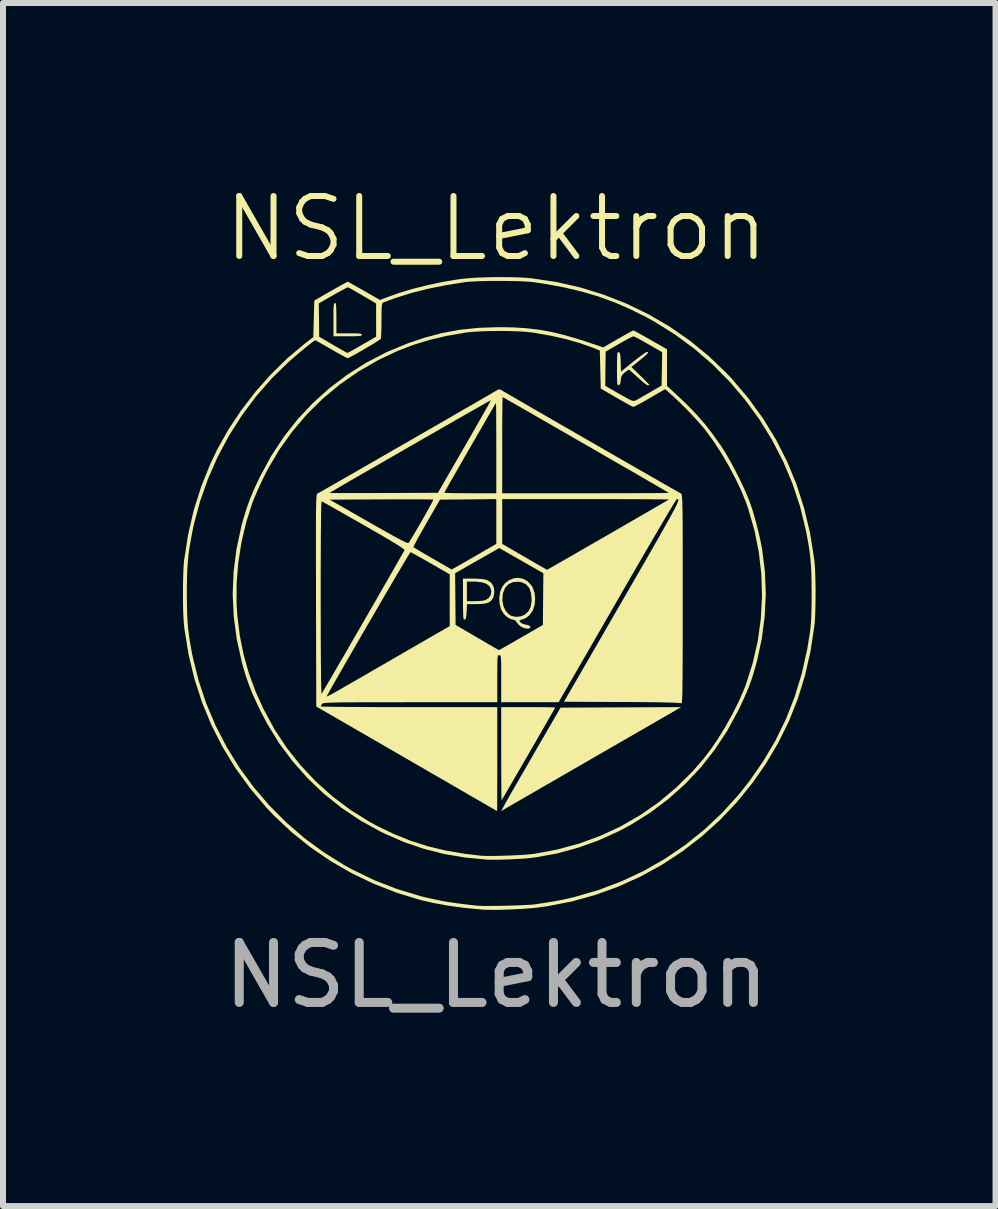
<source format=kicad_pcb>
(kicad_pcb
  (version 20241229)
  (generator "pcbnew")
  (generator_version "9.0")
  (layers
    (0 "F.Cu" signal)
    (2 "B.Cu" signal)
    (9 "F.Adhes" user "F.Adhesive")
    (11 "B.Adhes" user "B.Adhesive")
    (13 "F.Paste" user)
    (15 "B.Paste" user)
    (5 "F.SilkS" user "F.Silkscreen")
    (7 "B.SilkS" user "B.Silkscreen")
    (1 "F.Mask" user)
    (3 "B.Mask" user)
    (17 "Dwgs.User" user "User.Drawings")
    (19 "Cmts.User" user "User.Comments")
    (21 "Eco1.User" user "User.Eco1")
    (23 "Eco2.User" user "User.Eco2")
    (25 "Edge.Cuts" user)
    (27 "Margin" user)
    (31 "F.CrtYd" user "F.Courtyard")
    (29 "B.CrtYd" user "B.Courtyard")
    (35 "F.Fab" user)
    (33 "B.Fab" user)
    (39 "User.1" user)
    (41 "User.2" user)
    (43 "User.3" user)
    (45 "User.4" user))
  (footprint "NSL_Lektron"
    (layer "F.Cu")
    (at 5.224 6.907)
    (property "Reference" "NSL_Lektron" (at 0 -6.147 0) (unlocked yes) (layer "F.SilkS") (effects (font (size 1 1) (thickness 0.1))))
    (attr smd)
    (fp_poly (pts (xy 1.679 2.64) (xy 1.48 2.755) (xy 1.288 2.866) (xy 1.103 2.972) (xy 0.93 3.073) (xy 0.769 3.165) (xy 0.623 3.25) (xy 0.494 3.324) (xy 0.384 3.388) (xy 0.295 3.439) (xy 0.23 3.477) (xy 0.189 3.501) (xy 0.179 3.506) (xy 0.081 3.564) (xy 0.122 3.487) (xy 0.137 3.458) (xy 0.168 3.404) (xy 0.211 3.328) (xy 0.266 3.232) (xy 0.331 3.119) (xy 0.404 2.992) (xy 0.484 2.854) (xy 0.568 2.709) (xy 0.616 2.624) (xy 1.071 1.839) (xy 2.076 1.835) (xy 3.081 1.831)) (stroke (width 0) (type solid)) (fill yes) (layer "F.SilkS"))
    (fp_poly (pts (xy -2.681 -4.903) (xy -2.675 -4.887) (xy -2.67 -4.854) (xy -2.668 -4.801) (xy -2.667 -4.723) (xy -2.666 -4.654) (xy -2.666 -4.4) (xy -2.454 -4.4) (xy -2.365 -4.4) (xy -2.304 -4.398) (xy -2.267 -4.394) (xy -2.247 -4.387) (xy -2.241 -4.377) (xy -2.241 -4.376) (xy -2.246 -4.366) (xy -2.262 -4.359) (xy -2.296 -4.355) (xy -2.35 -4.352) (xy -2.431 -4.351) (xy -2.478 -4.351) (xy -2.715 -4.351) (xy -2.715 -4.629) (xy -2.715 -4.732) (xy -2.714 -4.807) (xy -2.711 -4.857) (xy -2.706 -4.888) (xy -2.7 -4.903) (xy -2.691 -4.907)) (stroke (width 0) (type solid)) (fill yes) (layer "F.SilkS"))
    (fp_poly (pts (xy 0.649 1.831) (xy 0.755 1.832) (xy 0.845 1.833) (xy 0.916 1.834) (xy 0.962 1.836) (xy 0.981 1.838) (xy 0.981 1.838) (xy 0.973 1.853) (xy 0.951 1.893) (xy 0.915 1.955) (xy 0.869 2.035) (xy 0.814 2.132) (xy 0.751 2.241) (xy 0.683 2.36) (xy 0.611 2.484) (xy 0.537 2.612) (xy 0.463 2.74) (xy 0.391 2.865) (xy 0.322 2.983) (xy 0.259 3.092) (xy 0.203 3.188) (xy 0.156 3.269) (xy 0.12 3.33) (xy 0.097 3.369) (xy 0.088 3.384) (xy 0.087 3.369) (xy 0.086 3.325) (xy 0.084 3.255) (xy 0.083 3.161) (xy 0.083 3.047) (xy 0.082 2.916) (xy 0.082 2.771) (xy 0.081 2.616) (xy 0.081 2.611) (xy 0.081 1.831) (xy 0.531 1.831)) (stroke (width 0) (type solid)) (fill yes) (layer "F.SilkS"))
    (fp_poly (pts (xy -0.279 -0.308) (xy -0.201 -0.299) (xy -0.142 -0.281) (xy -0.098 -0.252) (xy -0.069 -0.221) (xy -0.042 -0.164) (xy -0.033 -0.092) (xy -0.044 -0.02) (xy -0.058 0.016) (xy -0.087 0.058) (xy -0.128 0.087) (xy -0.187 0.104) (xy -0.268 0.113) (xy -0.334 0.114) (xy -0.49 0.114) (xy -0.494 0.239) (xy -0.501 0.316) (xy -0.512 0.361) (xy -0.53 0.374) (xy -0.545 0.365) (xy -0.549 0.346) (xy -0.552 0.299) (xy -0.554 0.23) (xy -0.556 0.143) (xy -0.556 0.044) (xy -0.556 0.021) (xy -0.556 -0.262) (xy -0.491 -0.262) (xy -0.491 -0.099) (xy -0.491 0.065) (xy -0.363 0.065) (xy -0.294 0.063) (xy -0.231 0.057) (xy -0.187 0.048) (xy -0.184 0.047) (xy -0.128 0.013) (xy -0.093 -0.039) (xy -0.083 -0.1) (xy -0.1 -0.161) (xy -0.119 -0.189) (xy -0.168 -0.226) (xy -0.242 -0.25) (xy -0.342 -0.261) (xy -0.389 -0.262) (xy -0.491 -0.262) (xy -0.556 -0.262) (xy -0.556 -0.311) (xy -0.384 -0.311)) (stroke (width 0) (type solid)) (fill yes) (layer "F.SilkS"))
    (fp_poly (pts (xy 2.528 -4.087) (xy 2.53 -4.076) (xy 2.513 -4.055) (xy 2.476 -4.021) (xy 2.415 -3.971) (xy 2.389 -3.949) (xy 2.251 -3.839) (xy 2.401 -3.693) (xy 2.458 -3.638) (xy 2.504 -3.591) (xy 2.537 -3.558) (xy 2.551 -3.541) (xy 2.551 -3.541) (xy 2.538 -3.534) (xy 2.525 -3.533) (xy 2.503 -3.544) (xy 2.464 -3.573) (xy 2.413 -3.616) (xy 2.359 -3.664) (xy 2.303 -3.715) (xy 2.256 -3.757) (xy 2.223 -3.785) (xy 2.209 -3.795) (xy 2.191 -3.785) (xy 2.158 -3.761) (xy 2.139 -3.745) (xy 2.1 -3.708) (xy 2.081 -3.671) (xy 2.074 -3.619) (xy 2.067 -3.568) (xy 2.053 -3.542) (xy 2.04 -3.536) (xy 2.03 -3.537) (xy 2.022 -3.545) (xy 2.017 -3.566) (xy 2.014 -3.604) (xy 2.012 -3.663) (xy 2.011 -3.748) (xy 2.011 -3.811) (xy 2.012 -3.913) (xy 2.013 -3.987) (xy 2.015 -4.037) (xy 2.019 -4.067) (xy 2.025 -4.082) (xy 2.033 -4.087) (xy 2.04 -4.086) (xy 2.053 -4.08) (xy 2.062 -4.061) (xy 2.068 -4.026) (xy 2.072 -3.966) (xy 2.073 -3.921) (xy 2.078 -3.762) (xy 2.281 -3.926) (xy 2.352 -3.982) (xy 2.415 -4.029) (xy 2.467 -4.065) (xy 2.501 -4.086) (xy 2.511 -4.089)) (stroke (width 0) (type solid)) (fill yes) (layer "F.SilkS"))
    (fp_poly (pts (xy 0.448 -0.308) (xy 0.52 -0.267) (xy 0.583 -0.2) (xy 0.608 -0.158) (xy 0.637 -0.074) (xy 0.647 0.024) (xy 0.639 0.122) (xy 0.612 0.21) (xy 0.601 0.23) (xy 0.55 0.301) (xy 0.49 0.347) (xy 0.426 0.371) (xy 0.392 0.382) (xy 0.385 0.395) (xy 0.397 0.415) (xy 0.431 0.439) (xy 0.486 0.455) (xy 0.492 0.456) (xy 0.543 0.468) (xy 0.567 0.488) (xy 0.569 0.494) (xy 0.56 0.515) (xy 0.53 0.523) (xy 0.486 0.519) (xy 0.437 0.503) (xy 0.412 0.49) (xy 0.371 0.457) (xy 0.342 0.421) (xy 0.34 0.417) (xy 0.316 0.386) (xy 0.291 0.376) (xy 0.237 0.363) (xy 0.178 0.328) (xy 0.125 0.278) (xy 0.079 0.202) (xy 0.055 0.107) (xy 0.052 0.058) (xy 0.101 0.058) (xy 0.119 0.149) (xy 0.156 0.227) (xy 0.209 0.285) (xy 0.252 0.311) (xy 0.325 0.326) (xy 0.403 0.319) (xy 0.471 0.292) (xy 0.476 0.289) (xy 0.536 0.233) (xy 0.573 0.159) (xy 0.588 0.063) (xy 0.588 0.036) (xy 0.578 -0.073) (xy 0.548 -0.157) (xy 0.496 -0.215) (xy 0.424 -0.25) (xy 0.37 -0.259) (xy 0.278 -0.253) (xy 0.204 -0.22) (xy 0.148 -0.161) (xy 0.113 -0.076) (xy 0.105 -0.037) (xy 0.101 0.058) (xy 0.052 0.058) (xy 0.049 0.016) (xy 0.062 -0.086) (xy 0.097 -0.171) (xy 0.15 -0.239) (xy 0.217 -0.288) (xy 0.291 -0.317) (xy 0.37 -0.324)) (stroke (width 0) (type solid)) (fill yes) (layer "F.SilkS"))
    (fp_poly (pts (xy 0.286 -4.499) (xy 0.505 -4.485) (xy 0.714 -4.46) (xy 0.921 -4.423) (xy 1.134 -4.372) (xy 1.361 -4.305) (xy 1.508 -4.258) (xy 1.782 -4.166) (xy 2.028 -4.308) (xy 2.109 -4.354) (xy 2.18 -4.394) (xy 2.236 -4.425) (xy 2.273 -4.444) (xy 2.285 -4.449) (xy 2.302 -4.441) (xy 2.342 -4.42) (xy 2.402 -4.387) (xy 2.477 -4.345) (xy 2.562 -4.297) (xy 2.57 -4.292) (xy 2.845 -4.134) (xy 2.845 -3.829) (xy 2.845 -3.523) (xy 3.013 -3.369) (xy 3.188 -3.202) (xy 3.341 -3.043) (xy 3.48 -2.883) (xy 3.612 -2.713) (xy 3.745 -2.524) (xy 3.756 -2.508) (xy 3.826 -2.397) (xy 3.903 -2.263) (xy 3.982 -2.116) (xy 4.059 -1.964) (xy 4.13 -1.814) (xy 4.19 -1.676) (xy 4.226 -1.585) (xy 4.273 -1.447) (xy 4.319 -1.288) (xy 4.363 -1.118) (xy 4.402 -0.951) (xy 4.431 -0.798) (xy 4.477 -0.431) (xy 4.492 -0.059) (xy 4.474 0.316) (xy 4.425 0.691) (xy 4.345 1.064) (xy 4.341 1.077) (xy 4.298 1.231) (xy 4.254 1.372) (xy 4.204 1.508) (xy 4.145 1.648) (xy 4.074 1.802) (xy 4.032 1.888) (xy 3.85 2.224) (xy 3.641 2.54) (xy 3.408 2.836) (xy 3.151 3.109) (xy 2.871 3.36) (xy 2.57 3.587) (xy 2.248 3.789) (xy 2.031 3.905) (xy 1.7 4.054) (xy 1.359 4.176) (xy 1.014 4.27) (xy 0.668 4.333) (xy 0.539 4.349) (xy 0.45 4.357) (xy 0.342 4.363) (xy 0.225 4.369) (xy 0.107 4.373) (xy -0.003 4.375) (xy -0.098 4.375) (xy -0.164 4.373) (xy -0.532 4.337) (xy -0.881 4.277) (xy -1.216 4.191) (xy -1.543 4.079) (xy -1.865 3.938) (xy -1.934 3.905) (xy -2.268 3.72) (xy -2.582 3.509) (xy -2.876 3.274) (xy -3.147 3.015) (xy -3.396 2.734) (xy -3.62 2.433) (xy -3.818 2.111) (xy -3.933 1.892) (xy -4.011 1.728) (xy -4.076 1.583) (xy -4.129 1.447) (xy -4.176 1.312) (xy -4.219 1.169) (xy -4.244 1.077) (xy -4.327 0.7) (xy -4.377 0.324) (xy -4.387 0.114) (xy -4.33 0.114) (xy -4.318 0.302) (xy -4.276 0.641) (xy -4.212 0.961) (xy -4.124 1.271) (xy -4.011 1.577) (xy -3.877 1.872) (xy -3.698 2.201) (xy -3.492 2.513) (xy -3.26 2.804) (xy -3.005 3.075) (xy -2.727 3.323) (xy -2.429 3.547) (xy -2.11 3.745) (xy -1.976 3.818) (xy -1.701 3.95) (xy -1.426 4.06) (xy -1.143 4.15) (xy -0.847 4.221) (xy -0.533 4.275) (xy -0.254 4.308) (xy -0.191 4.311) (xy -0.103 4.312) (xy 0.003 4.311) (xy 0.121 4.308) (xy 0.244 4.304) (xy 0.363 4.298) (xy 0.473 4.292) (xy 0.565 4.284) (xy 0.629 4.277) (xy 1.013 4.206) (xy 1.383 4.105) (xy 1.738 3.975) (xy 2.077 3.817) (xy 2.401 3.63) (xy 2.708 3.416) (xy 2.998 3.173) (xy 3.271 2.902) (xy 3.443 2.706) (xy 3.568 2.544) (xy 3.696 2.358) (xy 3.82 2.155) (xy 3.937 1.945) (xy 4.042 1.735) (xy 4.13 1.533) (xy 4.162 1.449) (xy 4.275 1.093) (xy 4.358 0.729) (xy 4.409 0.36) (xy 4.429 -0.012) (xy 4.418 -0.385) (xy 4.375 -0.755) (xy 4.302 -1.121) (xy 4.198 -1.479) (xy 4.162 -1.581) (xy 4.083 -1.777) (xy 3.984 -1.984) (xy 3.872 -2.196) (xy 3.751 -2.402) (xy 3.624 -2.597) (xy 3.498 -2.771) (xy 3.443 -2.838) (xy 3.348 -2.948) (xy 3.236 -3.068) (xy 3.115 -3.191) (xy 2.996 -3.306) (xy 2.932 -3.365) (xy 2.815 -3.47) (xy 2.559 -3.322) (xy 2.476 -3.274) (xy 2.402 -3.233) (xy 2.342 -3.201) (xy 2.301 -3.181) (xy 2.284 -3.174) (xy 2.264 -3.182) (xy 2.221 -3.204) (xy 2.16 -3.238) (xy 2.085 -3.28) (xy 2.003 -3.327) (xy 1.741 -3.479) (xy 1.74 -3.525) (xy 1.816 -3.525) (xy 2.048 -3.392) (xy 2.135 -3.343) (xy 2.199 -3.308) (xy 2.244 -3.286) (xy 2.275 -3.275) (xy 2.297 -3.273) (xy 2.315 -3.277) (xy 2.322 -3.281) (xy 2.351 -3.296) (xy 2.402 -3.325) (xy 2.467 -3.363) (xy 2.542 -3.406) (xy 2.559 -3.416) (xy 2.755 -3.53) (xy 2.76 -3.808) (xy 2.764 -4.086) (xy 2.535 -4.218) (xy 2.456 -4.263) (xy 2.387 -4.302) (xy 2.331 -4.331) (xy 2.295 -4.347) (xy 2.285 -4.351) (xy 2.265 -4.343) (xy 2.221 -4.321) (xy 2.16 -4.289) (xy 2.087 -4.248) (xy 2.044 -4.223) (xy 1.823 -4.096) (xy 1.819 -3.811) (xy 1.816 -3.525) (xy 1.74 -3.525) (xy 1.733 -3.797) (xy 1.725 -4.114) (xy 1.594 -4.166) (xy 1.391 -4.238) (xy 1.162 -4.303) (xy 0.912 -4.36) (xy 0.647 -4.407) (xy 0.62 -4.411) (xy 0.51 -4.424) (xy 0.376 -4.433) (xy 0.225 -4.438) (xy 0.065 -4.44) (xy -0.095 -4.439) (xy -0.249 -4.434) (xy -0.387 -4.426) (xy -0.502 -4.414) (xy -0.521 -4.411) (xy -0.831 -4.357) (xy -1.118 -4.289) (xy -1.389 -4.206) (xy -1.652 -4.104) (xy -1.915 -3.981) (xy -1.976 -3.95) (xy -2.302 -3.762) (xy -2.609 -3.548) (xy -2.895 -3.31) (xy -3.16 -3.048) (xy -3.401 -2.765) (xy -3.618 -2.461) (xy -3.808 -2.139) (xy -3.877 -2.004) (xy -3.925 -1.905) (xy -3.972 -1.801) (xy -4.015 -1.703) (xy -4.05 -1.619) (xy -4.065 -1.581) (xy -4.169 -1.254) (xy -4.249 -0.915) (xy -4.303 -0.57) (xy -4.33 -0.225) (xy -4.33 0.114) (xy -4.387 0.114) (xy -4.395 -0.05) (xy -4.38 -0.425) (xy -4.332 -0.801) (xy -4.252 -1.178) (xy -4.244 -1.209) (xy -4.201 -1.361) (xy -4.157 -1.5) (xy -4.108 -1.634) (xy -4.051 -1.773) (xy -3.981 -1.925) (xy -3.933 -2.024) (xy -3.751 -2.359) (xy -3.544 -2.673) (xy -3.313 -2.967) (xy -3.058 -3.238) (xy -2.781 -3.487) (xy -2.483 -3.712) (xy -2.166 -3.912) (xy -1.829 -4.087) (xy -1.475 -4.234) (xy -1.202 -4.326) (xy -0.905 -4.405) (xy -0.604 -4.46) (xy -0.293 -4.492) (xy 0.036 -4.503) (xy 0.049 -4.503)) (stroke (width 0) (type solid)) (fill yes) (layer "F.SilkS"))
    (fp_poly (pts (xy 0.189 -5.337) (xy 0.345 -5.334) (xy 0.483 -5.327) (xy 0.588 -5.318) (xy 1.001 -5.256) (xy 1.404 -5.164) (xy 1.797 -5.042) (xy 2.177 -4.892) (xy 2.543 -4.714) (xy 2.894 -4.509) (xy 3.227 -4.278) (xy 3.541 -4.021) (xy 3.834 -3.74) (xy 3.929 -3.64) (xy 4.203 -3.316) (xy 4.447 -2.979) (xy 4.662 -2.628) (xy 4.848 -2.262) (xy 5.004 -1.883) (xy 5.13 -1.488) (xy 5.228 -1.08) (xy 5.296 -0.656) (xy 5.301 -0.614) (xy 5.31 -0.518) (xy 5.316 -0.397) (xy 5.32 -0.258) (xy 5.322 -0.11) (xy 5.321 0.041) (xy 5.319 0.186) (xy 5.314 0.318) (xy 5.307 0.43) (xy 5.301 0.482) (xy 5.237 0.903) (xy 5.145 1.307) (xy 5.025 1.695) (xy 4.876 2.069) (xy 4.697 2.431) (xy 4.489 2.781) (xy 4.267 3.099) (xy 4.007 3.419) (xy 3.724 3.717) (xy 3.42 3.99) (xy 3.098 4.238) (xy 2.758 4.461) (xy 2.402 4.656) (xy 2.032 4.823) (xy 1.65 4.962) (xy 1.256 5.071) (xy 0.853 5.15) (xy 0.662 5.176) (xy 0.572 5.184) (xy 0.462 5.192) (xy 0.339 5.199) (xy 0.211 5.205) (xy 0.084 5.209) (xy -0.033 5.211) (xy -0.133 5.21) (xy -0.21 5.208) (xy -0.221 5.207) (xy -0.522 5.179) (xy -0.798 5.142) (xy -1.052 5.095) (xy -1.265 5.046) (xy -1.656 4.927) (xy -2.037 4.779) (xy -2.405 4.603) (xy -2.758 4.4) (xy -3.094 4.171) (xy -3.41 3.918) (xy -3.704 3.642) (xy -3.831 3.508) (xy -4.105 3.184) (xy -4.35 2.846) (xy -4.566 2.492) (xy -4.752 2.125) (xy -4.909 1.744) (xy -5.036 1.349) (xy -5.133 0.941) (xy -5.2 0.521) (xy -5.205 0.482) (xy -5.213 0.386) (xy -5.219 0.265) (xy -5.223 0.126) (xy -5.224 -0.022) (xy -5.224 -0.066) (xy -5.159 -0.066) (xy -5.158 0.113) (xy -5.154 0.267) (xy -5.148 0.403) (xy -5.137 0.529) (xy -5.122 0.654) (xy -5.101 0.783) (xy -5.075 0.925) (xy -5.061 0.994) (xy -4.964 1.386) (xy -4.837 1.768) (xy -4.681 2.137) (xy -4.497 2.493) (xy -4.287 2.834) (xy -4.051 3.158) (xy -3.791 3.463) (xy -3.508 3.748) (xy -3.204 4.011) (xy -2.878 4.251) (xy -2.534 4.466) (xy -2.404 4.537) (xy -2.035 4.716) (xy -1.656 4.863) (xy -1.264 4.982) (xy -1.211 4.995) (xy -1.061 5.03) (xy -0.914 5.06) (xy -0.761 5.086) (xy -0.595 5.109) (xy -0.408 5.131) (xy -0.303 5.142) (xy -0.253 5.144) (xy -0.177 5.146) (xy -0.081 5.145) (xy 0.029 5.144) (xy 0.147 5.142) (xy 0.265 5.139) (xy 0.379 5.135) (xy 0.481 5.13) (xy 0.565 5.126) (xy 0.625 5.121) (xy 0.637 5.119) (xy 0.8 5.095) (xy 0.937 5.073) (xy 1.059 5.051) (xy 1.173 5.027) (xy 1.288 5) (xy 1.308 4.995) (xy 1.706 4.879) (xy 2.09 4.734) (xy 2.46 4.56) (xy 2.813 4.358) (xy 3.149 4.129) (xy 3.466 3.874) (xy 3.764 3.594) (xy 4.04 3.29) (xy 4.218 3.066) (xy 4.451 2.73) (xy 4.655 2.385) (xy 4.829 2.028) (xy 4.974 1.657) (xy 5.092 1.271) (xy 5.182 0.868) (xy 5.228 0.588) (xy 5.238 0.506) (xy 5.245 0.416) (xy 5.251 0.314) (xy 5.254 0.195) (xy 5.256 0.052) (xy 5.256 -0.066) (xy 5.255 -0.245) (xy 5.252 -0.399) (xy 5.245 -0.535) (xy 5.234 -0.661) (xy 5.219 -0.785) (xy 5.198 -0.915) (xy 5.172 -1.057) (xy 5.158 -1.126) (xy 5.062 -1.518) (xy 4.935 -1.899) (xy 4.779 -2.269) (xy 4.595 -2.625) (xy 4.385 -2.966) (xy 4.149 -3.289) (xy 3.889 -3.595) (xy 3.606 -3.88) (xy 3.301 -4.143) (xy 2.976 -4.382) (xy 2.632 -4.597) (xy 2.501 -4.669) (xy 2.235 -4.802) (xy 1.972 -4.916) (xy 1.704 -5.014) (xy 1.426 -5.096) (xy 1.131 -5.166) (xy 0.815 -5.224) (xy 0.613 -5.254) (xy 0.54 -5.261) (xy 0.441 -5.267) (xy 0.322 -5.271) (xy 0.19 -5.273) (xy 0.051 -5.274) (xy -0.088 -5.274) (xy -0.22 -5.271) (xy -0.339 -5.267) (xy -0.439 -5.262) (xy -0.514 -5.255) (xy -0.516 -5.254) (xy -0.84 -5.203) (xy -1.139 -5.143) (xy -1.419 -5.072) (xy -1.686 -4.988) (xy -1.885 -4.915) (xy -1.896 -4.908) (xy -1.903 -4.894) (xy -1.908 -4.867) (xy -1.912 -4.824) (xy -1.913 -4.76) (xy -1.914 -4.67) (xy -1.914 -4.615) (xy -1.915 -4.52) (xy -1.917 -4.437) (xy -1.92 -4.369) (xy -1.923 -4.324) (xy -1.927 -4.308) (xy -1.944 -4.294) (xy -1.985 -4.267) (xy -2.042 -4.231) (xy -2.112 -4.189) (xy -2.189 -4.144) (xy -2.266 -4.099) (xy -2.339 -4.058) (xy -2.402 -4.023) (xy -2.449 -3.998) (xy -2.476 -3.986) (xy -2.478 -3.986) (xy -2.497 -3.994) (xy -2.54 -4.015) (xy -2.601 -4.049) (xy -2.676 -4.09) (xy -2.755 -4.136) (xy -2.838 -4.183) (xy -2.91 -4.225) (xy -2.967 -4.257) (xy -3.005 -4.278) (xy -3.019 -4.286) (xy -3.036 -4.276) (xy -3.073 -4.248) (xy -3.127 -4.206) (xy -3.191 -4.155) (xy -3.261 -4.097) (xy -3.333 -4.036) (xy -3.402 -3.976) (xy -3.458 -3.927) (xy -3.741 -3.652) (xy -4.002 -3.354) (xy -4.24 -3.035) (xy -4.455 -2.697) (xy -4.644 -2.344) (xy -4.805 -1.979) (xy -4.938 -1.603) (xy -5.041 -1.22) (xy -5.061 -1.126) (xy -5.09 -0.975) (xy -5.113 -0.841) (xy -5.131 -0.716) (xy -5.143 -0.592) (xy -5.152 -0.461) (xy -5.157 -0.315) (xy -5.159 -0.148) (xy -5.159 -0.066) (xy -5.224 -0.066) (xy -5.224 -0.173) (xy -5.221 -0.318) (xy -5.217 -0.45) (xy -5.21 -0.562) (xy -5.205 -0.614) (xy -5.14 -1.036) (xy -5.046 -1.446) (xy -4.921 -1.843) (xy -4.766 -2.228) (xy -4.654 -2.462) (xy -4.468 -2.794) (xy -4.253 -3.117) (xy -4.015 -3.427) (xy -3.755 -3.719) (xy -3.479 -3.989) (xy -3.189 -4.232) (xy -3.175 -4.242) (xy -3.051 -4.338) (xy -3.043 -4.643) (xy -3.036 -4.899) (xy -2.96 -4.899) (xy -2.956 -4.621) (xy -2.953 -4.344) (xy -2.724 -4.209) (xy -2.646 -4.164) (xy -2.578 -4.125) (xy -2.525 -4.095) (xy -2.492 -4.078) (xy -2.484 -4.074) (xy -2.467 -4.081) (xy -2.426 -4.103) (xy -2.368 -4.135) (xy -2.295 -4.176) (xy -2.238 -4.209) (xy -2.004 -4.345) (xy -2.004 -4.622) (xy -2.004 -4.898) (xy -2.233 -5.033) (xy -2.311 -5.078) (xy -2.379 -5.117) (xy -2.432 -5.147) (xy -2.466 -5.164) (xy -2.475 -5.168) (xy -2.493 -5.161) (xy -2.534 -5.139) (xy -2.593 -5.107) (xy -2.666 -5.067) (xy -2.724 -5.034) (xy -2.96 -4.899) (xy -3.036 -4.899) (xy -3.034 -4.947) (xy -2.758 -5.106) (xy -2.672 -5.155) (xy -2.596 -5.198) (xy -2.535 -5.231) (xy -2.492 -5.253) (xy -2.472 -5.261) (xy -2.472 -5.261) (xy -2.455 -5.251) (xy -2.415 -5.228) (xy -2.355 -5.194) (xy -2.281 -5.152) (xy -2.2 -5.106) (xy -1.939 -4.956) (xy -1.815 -5.004) (xy -1.612 -5.076) (xy -1.385 -5.144) (xy -1.144 -5.204) (xy -0.898 -5.256) (xy -0.657 -5.297) (xy -0.556 -5.31) (xy -0.439 -5.321) (xy -0.297 -5.33) (xy -0.14 -5.335) (xy 0.025 -5.338)) (stroke (width 0) (type solid)) (fill yes) (layer "F.SilkS"))
    (fp_poly (pts (xy 0.076 -3.458) (xy 0.085 -3.453) (xy 0.111 -3.437) (xy 0.162 -3.408) (xy 0.236 -3.365) (xy 0.331 -3.31) (xy 0.444 -3.244) (xy 0.573 -3.169) (xy 0.717 -3.086) (xy 0.871 -2.997) (xy 1.036 -2.902) (xy 1.207 -2.804) (xy 1.383 -2.702) (xy 1.562 -2.599) (xy 1.741 -2.496) (xy 1.918 -2.394) (xy 2.09 -2.295) (xy 2.256 -2.2) (xy 2.413 -2.11) (xy 2.559 -2.026) (xy 2.692 -1.95) (xy 2.808 -1.883) (xy 2.907 -1.827) (xy 2.986 -1.782) (xy 3.042 -1.75) (xy 3.073 -1.733) (xy 3.079 -1.73) (xy 3.083 -1.727) (xy 3.087 -1.72) (xy 3.091 -1.708) (xy 3.094 -1.688) (xy 3.096 -1.659) (xy 3.099 -1.619) (xy 3.101 -1.567) (xy 3.102 -1.5) (xy 3.104 -1.416) (xy 3.105 -1.314) (xy 3.106 -1.192) (xy 3.106 -1.047) (xy 3.107 -0.88) (xy 3.107 -0.686) (xy 3.107 -0.465) (xy 3.107 -0.215) (xy 3.107 0.034) (xy 3.107 0.316) (xy 3.107 0.568) (xy 3.107 0.79) (xy 3.106 0.984) (xy 3.105 1.153) (xy 3.105 1.297) (xy 3.103 1.418) (xy 3.102 1.518) (xy 3.101 1.599) (xy 3.099 1.661) (xy 3.096 1.708) (xy 3.094 1.74) (xy 3.091 1.76) (xy 3.088 1.768) (xy 3.085 1.768) (xy 3.068 1.764) (xy 3.026 1.76) (xy 2.959 1.757) (xy 2.865 1.754) (xy 2.743 1.751) (xy 2.593 1.749) (xy 2.412 1.747) (xy 2.201 1.746) (xy 2.096 1.746) (xy 1.128 1.741) (xy 2.101 0.057) (xy 2.249 -0.2) (xy 2.382 -0.43) (xy 2.5 -0.634) (xy 2.603 -0.815) (xy 2.694 -0.973) (xy 2.771 -1.11) (xy 2.837 -1.227) (xy 2.892 -1.326) (xy 2.937 -1.408) (xy 2.973 -1.475) (xy 2.999 -1.528) (xy 3.018 -1.569) (xy 3.029 -1.599) (xy 3.035 -1.619) (xy 3.034 -1.631) (xy 3.029 -1.636) (xy 3.02 -1.636) (xy 3.007 -1.633) (xy 3.003 -1.631) (xy 2.993 -1.616) (xy 2.967 -1.575) (xy 2.927 -1.508) (xy 2.873 -1.419) (xy 2.808 -1.308) (xy 2.731 -1.178) (xy 2.644 -1.029) (xy 2.548 -0.865) (xy 2.444 -0.686) (xy 2.333 -0.495) (xy 2.216 -0.293) (xy 2.094 -0.082) (xy 2.011 0.063) (xy 1.038 1.749) (xy 0.56 1.749) (xy 0.081 1.749) (xy 0.081 1.357) (xy 0.081 1.234) (xy 0.081 1.14) (xy 0.08 1.07) (xy 0.077 1.022) (xy 0.074 0.991) (xy 0.068 0.974) (xy 0.061 0.966) (xy 0.051 0.964) (xy 0.049 0.964) (xy 0.038 0.966) (xy 0.031 0.971) (xy 0.025 0.986) (xy 0.021 1.013) (xy 0.018 1.057) (xy 0.017 1.12) (xy 0.016 1.208) (xy 0.016 1.324) (xy 0.016 1.357) (xy 0.016 1.749) (xy -1.434 1.749) (xy -1.685 1.75) (xy -1.906 1.75) (xy -2.098 1.75) (xy -2.263 1.75) (xy -2.404 1.751) (xy -2.522 1.752) (xy -2.62 1.753) (xy -2.699 1.754) (xy -2.762 1.756) (xy -2.81 1.758) (xy -2.846 1.761) (xy -2.871 1.764) (xy -2.888 1.768) (xy -2.898 1.772) (xy -2.904 1.777) (xy -2.905 1.778) (xy -2.923 1.806) (xy -2.928 1.819) (xy -2.912 1.821) (xy -2.865 1.823) (xy -2.791 1.824) (xy -2.691 1.826) (xy -2.567 1.827) (xy -2.422 1.828) (xy -2.259 1.829) (xy -2.078 1.83) (xy -1.884 1.831) (xy -1.677 1.831) (xy -1.461 1.831) (xy -1.456 1.831) (xy 0.016 1.831) (xy 0.016 2.698) (xy 0.016 2.863) (xy 0.016 3.018) (xy 0.015 3.159) (xy 0.015 3.284) (xy 0.014 3.389) (xy 0.014 3.473) (xy 0.013 3.53) (xy 0.012 3.56) (xy 0.012 3.563) (xy -0.003 3.555) (xy -0.043 3.532) (xy -0.109 3.494) (xy -0.197 3.443) (xy -0.306 3.38) (xy -0.435 3.306) (xy -0.58 3.221) (xy -0.741 3.128) (xy -0.916 3.027) (xy -1.102 2.92) (xy -1.298 2.806) (xy -1.497 2.691) (xy -3.002 1.821) (xy -3.002 1.656) (xy -2.83 1.656) (xy -2.817 1.651) (xy -2.779 1.632) (xy -2.722 1.602) (xy -2.651 1.562) (xy -2.568 1.514) (xy -2.564 1.512) (xy -2.497 1.473) (xy -2.405 1.42) (xy -2.293 1.356) (xy -2.165 1.282) (xy -2.024 1.2) (xy -1.874 1.114) (xy -1.72 1.025) (xy -1.565 0.935) (xy -1.538 0.919) (xy -0.777 0.48) (xy -0.777 0.048) (xy -0.777 -0.383) (xy -0.808 -0.401) (xy -0.687 -0.401) (xy -0.683 0.03) (xy -0.679 0.461) (xy -0.319 0.671) (xy -0.222 0.727) (xy -0.134 0.779) (xy -0.06 0.822) (xy -0.003 0.855) (xy 0.033 0.875) (xy 0.043 0.881) (xy 0.058 0.874) (xy 0.097 0.852) (xy 0.156 0.818) (xy 0.233 0.775) (xy 0.323 0.723) (xy 0.411 0.672) (xy 0.776 0.461) (xy 0.78 0.03) (xy 0.784 -0.401) (xy 0.416 -0.611) (xy 0.049 -0.821) (xy -0.319 -0.611) (xy -0.687 -0.401) (xy -0.808 -0.401) (xy -1.096 -0.567) (xy -1.189 -0.62) (xy -1.273 -0.667) (xy -1.343 -0.706) (xy -1.395 -0.734) (xy -1.426 -0.749) (xy -1.431 -0.751) (xy -1.441 -0.738) (xy -1.466 -0.698) (xy -1.504 -0.635) (xy -1.554 -0.551) (xy -1.614 -0.449) (xy -1.684 -0.331) (xy -1.761 -0.2) (xy -1.844 -0.058) (xy -1.932 0.092) (xy -2.022 0.248) (xy -2.115 0.407) (xy -2.208 0.567) (xy -2.299 0.725) (xy -2.388 0.878) (xy -2.473 1.025) (xy -2.552 1.163) (xy -2.624 1.289) (xy -2.688 1.4) (xy -2.742 1.495) (xy -2.784 1.57) (xy -2.813 1.623) (xy -2.828 1.652) (xy -2.83 1.656) (xy -3.002 1.656) (xy -3.006 0.051) (xy -3.006 0.01) (xy -2.928 0.01) (xy -2.928 0.251) (xy -2.927 0.479) (xy -2.927 0.692) (xy -2.926 0.887) (xy -2.925 1.063) (xy -2.923 1.218) (xy -2.922 1.349) (xy -2.92 1.456) (xy -2.918 1.536) (xy -2.916 1.588) (xy -2.914 1.609) (xy -2.914 1.61) (xy -2.903 1.593) (xy -2.878 1.551) (xy -2.839 1.484) (xy -2.787 1.396) (xy -2.724 1.287) (xy -2.651 1.161) (xy -2.568 1.019) (xy -2.478 0.864) (xy -2.382 0.697) (xy -2.28 0.521) (xy -2.219 0.415) (xy -2.115 0.235) (xy -2.015 0.062) (xy -1.922 -0.101) (xy -1.835 -0.251) (xy -1.757 -0.388) (xy -1.688 -0.508) (xy -1.631 -0.609) (xy -1.585 -0.689) (xy -1.552 -0.747) (xy -1.534 -0.78) (xy -1.53 -0.787) (xy -1.537 -0.798) (xy -1.564 -0.819) (xy -1.59 -0.836) (xy -1.382 -0.836) (xy -1.382 -0.836) (xy -1.366 -0.825) (xy -1.325 -0.801) (xy -1.265 -0.765) (xy -1.189 -0.72) (xy -1.101 -0.669) (xy -1.059 -0.645) (xy -0.745 -0.463) (xy -0.696 -0.49) (xy -0.667 -0.506) (xy -0.616 -0.536) (xy -0.545 -0.576) (xy -0.461 -0.625) (xy -0.367 -0.678) (xy -0.323 -0.704) (xy -0.000397 -0.89) (xy -0.000397 -1.263) (xy -0.000397 -1.636) (xy 0.098 -1.636) (xy 0.098 -1.263) (xy 0.098 -0.89) (xy 0.47 -0.675) (xy 0.569 -0.617) (xy 0.659 -0.565) (xy 0.736 -0.521) (xy 0.795 -0.488) (xy 0.833 -0.466) (xy 0.846 -0.459) (xy 0.861 -0.467) (xy 0.901 -0.49) (xy 0.965 -0.526) (xy 1.051 -0.576) (xy 1.157 -0.636) (xy 1.279 -0.706) (xy 1.416 -0.785) (xy 1.565 -0.871) (xy 1.725 -0.963) (xy 1.86 -1.041) (xy 2.027 -1.137) (xy 2.185 -1.229) (xy 2.332 -1.314) (xy 2.467 -1.392) (xy 2.586 -1.461) (xy 2.688 -1.52) (xy 2.771 -1.568) (xy 2.831 -1.603) (xy 2.867 -1.624) (xy 2.877 -1.63) (xy 2.862 -1.631) (xy 2.817 -1.632) (xy 2.743 -1.633) (xy 2.644 -1.633) (xy 2.522 -1.634) (xy 2.379 -1.635) (xy 2.217 -1.635) (xy 2.04 -1.636) (xy 1.848 -1.636) (xy 1.645 -1.636) (xy 1.491 -1.636) (xy 0.098 -1.636) (xy -0.000397 -1.636) (xy -0.000397 -1.637) (xy -0.469 -1.632) (xy -0.939 -1.628) (xy -1.165 -1.237) (xy -1.223 -1.134) (xy -1.276 -1.041) (xy -1.32 -0.961) (xy -1.353 -0.898) (xy -1.375 -0.855) (xy -1.382 -0.836) (xy -1.59 -0.836) (xy -1.612 -0.851) (xy -1.682 -0.895) (xy -1.775 -0.951) (xy -1.893 -1.021) (xy -2.038 -1.104) (xy -2.209 -1.203) (xy -2.347 -1.281) (xy -2.475 -1.354) (xy -2.593 -1.421) (xy -2.696 -1.48) (xy -2.783 -1.529) (xy -2.849 -1.566) (xy -2.894 -1.591) (xy -2.912 -1.601) (xy -2.912 -1.601) (xy -2.915 -1.585) (xy -2.918 -1.539) (xy -2.92 -1.461) (xy -2.922 -1.353) (xy -2.923 -1.217) (xy -2.925 -1.053) (xy -2.926 -0.863) (xy -2.927 -0.646) (xy -2.928 -0.405) (xy -2.928 -0.139) (xy -2.928 0.01) (xy -3.006 0.01) (xy -3.006 -0.228) (xy -3.007 -0.477) (xy -3.007 -0.696) (xy -3.007 -0.888) (xy -3.007 -1.054) (xy -3.007 -1.197) (xy -3.007 -1.318) (xy -3.006 -1.419) (xy -3.005 -1.502) (xy -3.003 -1.569) (xy -3.001 -1.621) (xy -3.001 -1.628) (xy -2.779 -1.628) (xy -2.13 -1.257) (xy -1.968 -1.165) (xy -1.832 -1.088) (xy -1.721 -1.026) (xy -1.633 -0.978) (xy -1.565 -0.943) (xy -1.515 -0.919) (xy -1.483 -0.907) (xy -1.466 -0.904) (xy -1.462 -0.905) (xy -1.45 -0.924) (xy -1.423 -0.968) (xy -1.385 -1.031) (xy -1.338 -1.111) (xy -1.285 -1.202) (xy -1.244 -1.273) (xy -1.189 -1.369) (xy -1.14 -1.456) (xy -1.1 -1.529) (xy -1.07 -1.585) (xy -1.054 -1.619) (xy -1.051 -1.629) (xy -1.068 -1.63) (xy -1.115 -1.631) (xy -1.189 -1.632) (xy -1.286 -1.633) (xy -1.403 -1.633) (xy -1.538 -1.633) (xy -1.688 -1.633) (xy -1.849 -1.632) (xy -1.919 -1.632) (xy -2.779 -1.628) (xy -3.001 -1.628) (xy -2.999 -1.66) (xy -2.996 -1.688) (xy -2.993 -1.708) (xy -2.99 -1.72) (xy -2.986 -1.727) (xy -2.981 -1.73) (xy -2.981 -1.73) (xy -2.964 -1.739) (xy -2.962 -1.74) (xy -2.78 -1.74) (xy -2.765 -1.739) (xy -2.721 -1.738) (xy -2.649 -1.738) (xy -2.554 -1.737) (xy -2.438 -1.737) (xy -2.304 -1.737) (xy -2.154 -1.737) (xy -1.992 -1.738) (xy -1.88 -1.738) (xy -0.974 -1.742) (xy -0.973 -1.743) (xy -0.867 -1.743) (xy -0.852 -1.741) (xy -0.807 -1.739) (xy -0.739 -1.737) (xy -0.651 -1.735) (xy -0.547 -1.735) (xy -0.434 -1.734) (xy -0.000397 -1.734) (xy 0.098 -1.734) (xy 1.491 -1.734) (xy 1.701 -1.734) (xy 1.901 -1.735) (xy 2.089 -1.735) (xy 2.263 -1.735) (xy 2.42 -1.736) (xy 2.558 -1.736) (xy 2.674 -1.737) (xy 2.766 -1.738) (xy 2.832 -1.739) (xy 2.869 -1.74) (xy 2.877 -1.74) (xy 2.861 -1.75) (xy 2.82 -1.774) (xy 2.755 -1.812) (xy 2.669 -1.862) (xy 2.564 -1.923) (xy 2.442 -1.993) (xy 2.307 -2.072) (xy 2.159 -2.157) (xy 2.002 -2.247) (xy 1.838 -2.342) (xy 1.669 -2.44) (xy 1.498 -2.538) (xy 1.326 -2.637) (xy 1.157 -2.735) (xy 0.992 -2.829) (xy 0.835 -2.92) (xy 0.686 -3.005) (xy 0.55 -3.084) (xy 0.427 -3.154) (xy 0.321 -3.215) (xy 0.233 -3.265) (xy 0.167 -3.303) (xy 0.123 -3.327) (xy 0.106 -3.337) (xy 0.106 -3.337) (xy 0.104 -3.321) (xy 0.103 -3.276) (xy 0.101 -3.204) (xy 0.1 -3.109) (xy 0.099 -2.993) (xy 0.098 -2.861) (xy 0.098 -2.714) (xy 0.098 -2.557) (xy 0.098 -2.536) (xy 0.098 -1.734) (xy -0.000397 -1.734) (xy -0.000397 -2.489) (xy -0.001 -2.643) (xy -0.001 -2.785) (xy -0.002 -2.914) (xy -0.002 -3.026) (xy -0.003 -3.117) (xy -0.004 -3.185) (xy -0.006 -3.226) (xy -0.007 -3.238) (xy -0.017 -3.222) (xy -0.041 -3.181) (xy -0.078 -3.118) (xy -0.125 -3.037) (xy -0.181 -2.94) (xy -0.244 -2.831) (xy -0.312 -2.714) (xy -0.383 -2.59) (xy -0.456 -2.464) (xy -0.528 -2.339) (xy -0.598 -2.217) (xy -0.663 -2.103) (xy -0.723 -1.999) (xy -0.775 -1.908) (xy -0.817 -1.834) (xy -0.847 -1.78) (xy -0.864 -1.749) (xy -0.867 -1.743) (xy -0.973 -1.743) (xy -0.53 -2.511) (xy -0.446 -2.656) (xy -0.368 -2.792) (xy -0.297 -2.917) (xy -0.233 -3.028) (xy -0.18 -3.122) (xy -0.138 -3.197) (xy -0.108 -3.251) (xy -0.093 -3.28) (xy -0.091 -3.285) (xy -0.105 -3.278) (xy -0.145 -3.256) (xy -0.209 -3.22) (xy -0.294 -3.171) (xy -0.398 -3.112) (xy -0.518 -3.044) (xy -0.653 -2.967) (xy -0.799 -2.883) (xy -0.954 -2.794) (xy -1.116 -2.701) (xy -1.283 -2.606) (xy -1.452 -2.509) (xy -1.62 -2.412) (xy -1.786 -2.316) (xy -1.947 -2.223) (xy -2.101 -2.135) (xy -2.245 -2.052) (xy -2.377 -1.976) (xy -2.494 -1.908) (xy -2.594 -1.85) (xy -2.675 -1.802) (xy -2.735 -1.767) (xy -2.77 -1.746) (xy -2.78 -1.74) (xy -2.962 -1.74) (xy -2.922 -1.763) (xy -2.855 -1.801) (xy -2.767 -1.851) (xy -2.66 -1.912) (xy -2.535 -1.984) (xy -2.396 -2.063) (xy -2.245 -2.15) (xy -2.084 -2.243) (xy -1.915 -2.34) (xy -1.74 -2.441) (xy -1.562 -2.543) (xy -1.383 -2.646) (xy -1.205 -2.749) (xy -1.03 -2.849) (xy -0.862 -2.946) (xy -0.702 -3.039) (xy -0.552 -3.126) (xy -0.414 -3.205) (xy -0.292 -3.276) (xy -0.187 -3.337) (xy -0.101 -3.386) (xy -0.037 -3.424) (xy 0.003 -3.447) (xy 0.014 -3.454) (xy 0.046 -3.467)) (stroke (width 0) (type solid)) (fill yes) (layer "F.SilkS"))
    (fp_text user "${REFERENCE}" (at 0 6.299 0) (unlocked yes) (layer "F.Fab") (effects (font (size 1 1) (thickness 0.15)))))
  (gr_rect
    (start -3 -3)
    (end 13.546 17.055)
    (stroke (width 0.1) (type default))
    (fill no)
    (layer "Edge.Cuts")))
</source>
